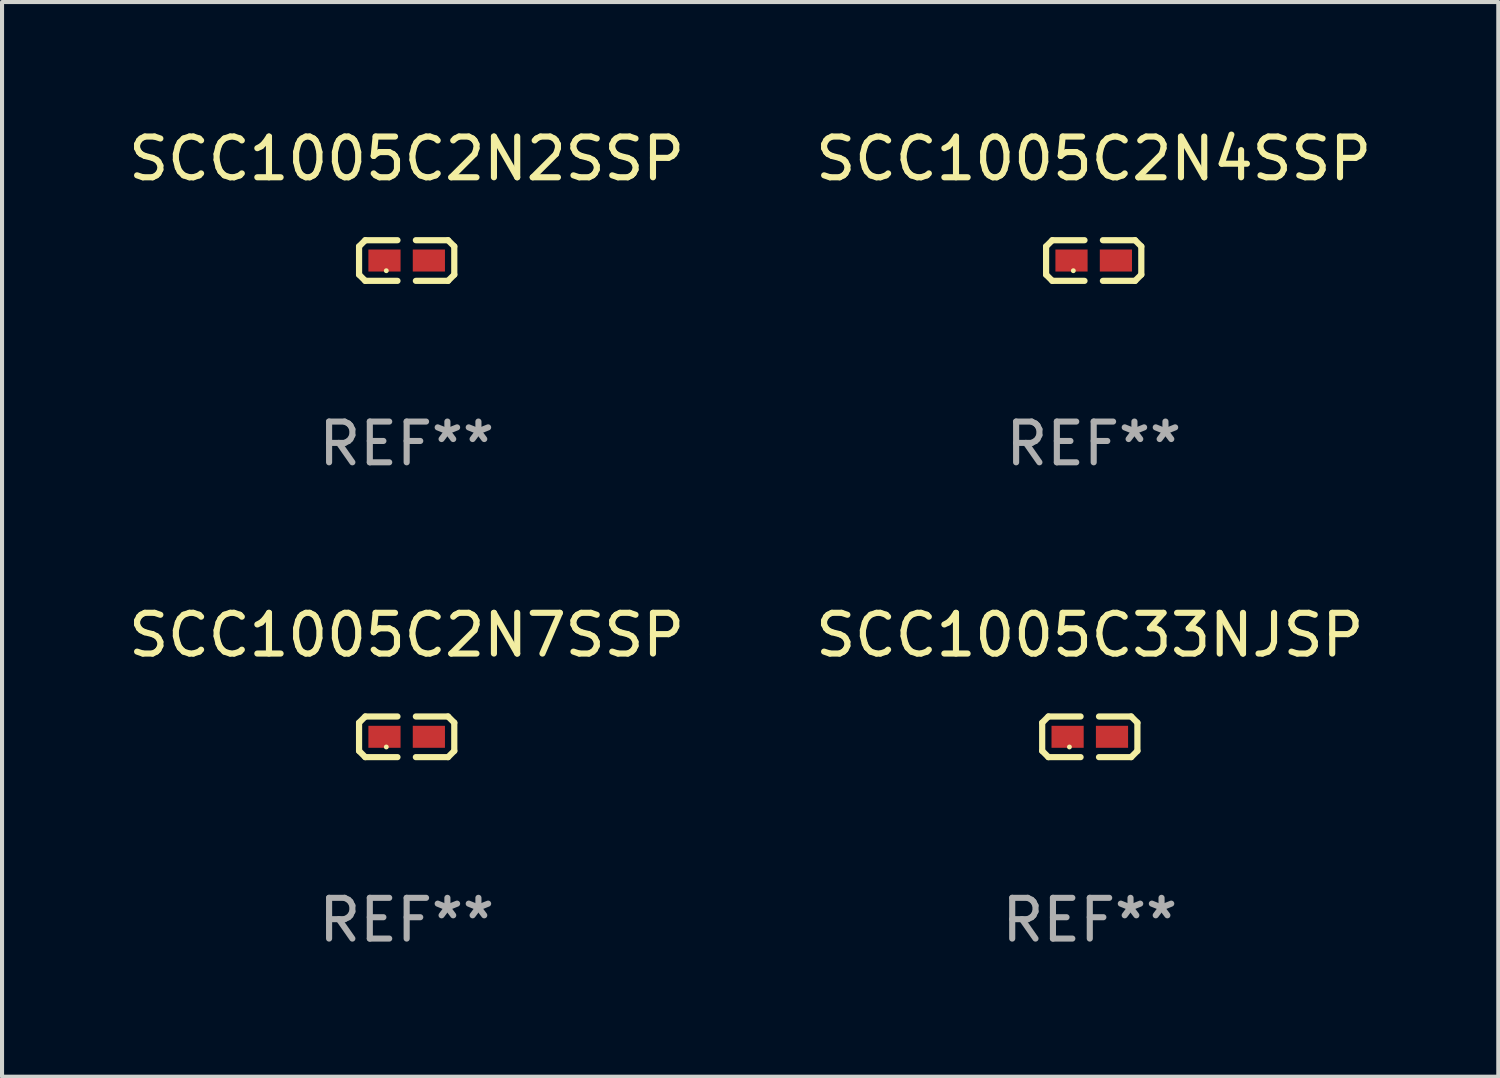
<source format=kicad_pcb>
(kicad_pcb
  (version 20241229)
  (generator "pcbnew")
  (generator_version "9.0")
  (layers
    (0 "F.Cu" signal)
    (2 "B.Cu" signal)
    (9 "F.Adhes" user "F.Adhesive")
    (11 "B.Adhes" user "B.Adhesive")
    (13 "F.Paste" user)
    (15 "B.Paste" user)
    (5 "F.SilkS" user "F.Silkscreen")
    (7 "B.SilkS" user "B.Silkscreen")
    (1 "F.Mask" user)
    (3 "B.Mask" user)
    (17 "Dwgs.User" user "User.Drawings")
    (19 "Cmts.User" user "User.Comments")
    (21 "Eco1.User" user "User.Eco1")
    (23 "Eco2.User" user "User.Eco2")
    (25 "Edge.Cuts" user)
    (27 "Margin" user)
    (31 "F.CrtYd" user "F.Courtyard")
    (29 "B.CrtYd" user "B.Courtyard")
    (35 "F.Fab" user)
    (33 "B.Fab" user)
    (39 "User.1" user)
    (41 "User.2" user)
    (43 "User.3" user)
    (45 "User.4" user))
  (footprint "SCC1005C2N2SSP"
    (layer "F.Cu")
    (at 6.935 3.347)
    (property "Reference" "SCC1005C2N2SSP" (at 0 -2.499 0) (layer "F.SilkS") (effects (font (size 1 1) (thickness 0.15))))
    (attr through_hole)
    (fp_line (start -1.169 -0.346) (end -1.016 -0.499) (stroke (width 0.152) (type solid)) (layer "F.SilkS"))
    (fp_line (start -1.169 0.346) (end -1.169 -0.346) (stroke (width 0.152) (type solid)) (layer "F.SilkS"))
    (fp_line (start -1.016 -0.499) (end -0.226 -0.499) (stroke (width 0.152) (type solid)) (layer "F.SilkS"))
    (fp_line (start -1.016 0.499) (end -1.169 0.346) (stroke (width 0.152) (type solid)) (layer "F.SilkS"))
    (fp_line (start -0.226 0.499) (end -1.016 0.499) (stroke (width 0.152) (type solid)) (layer "F.SilkS"))
    (fp_line (start 0.226 0.499) (end 1.016 0.499) (stroke (width 0.152) (type solid)) (layer "F.SilkS"))
    (fp_line (start 1.016 -0.499) (end 0.226 -0.499) (stroke (width 0.152) (type solid)) (layer "F.SilkS"))
    (fp_line (start 1.016 0.499) (end 1.169 0.346) (stroke (width 0.152) (type solid)) (layer "F.SilkS"))
    (fp_line (start 1.169 -0.346) (end 1.016 -0.499) (stroke (width 0.152) (type solid)) (layer "F.SilkS"))
    (fp_line (start 1.169 0.346) (end 1.169 -0.346) (stroke (width 0.152) (type solid)) (layer "F.SilkS"))
    (fp_circle (center -0.5 0.25) (end -0.47 0.25) (stroke (width 0.06) (type solid)) (fill no) (layer "F.SilkS"))
    (fp_text user "REF**" (at 0 4.499 0) (layer "F.Fab") (effects (font (size 1 1) (thickness 0.15))))
    (pad "1" smd rect (at -0.545 0) (size 0.79 0.54) (layers "F.Cu" "F.Mask" "F.Paste"))
    (pad "2" smd rect (at 0.545 0) (size 0.79 0.54) (layers "F.Cu" "F.Mask" "F.Paste")))
  (footprint "SCC1005C33NJSP"
    (layer "F.Cu")
    (at 23.708 15.041)
    (property "Reference" "SCC1005C33NJSP" (at 0 -2.499 0) (layer "F.SilkS") (effects (font (size 1 1) (thickness 0.15))))
    (attr through_hole)
    (fp_line (start -1.169 -0.346) (end -1.016 -0.499) (stroke (width 0.152) (type solid)) (layer "F.SilkS"))
    (fp_line (start -1.169 0.346) (end -1.169 -0.346) (stroke (width 0.152) (type solid)) (layer "F.SilkS"))
    (fp_line (start -1.016 -0.499) (end -0.226 -0.499) (stroke (width 0.152) (type solid)) (layer "F.SilkS"))
    (fp_line (start -1.016 0.499) (end -1.169 0.346) (stroke (width 0.152) (type solid)) (layer "F.SilkS"))
    (fp_line (start -0.226 0.499) (end -1.016 0.499) (stroke (width 0.152) (type solid)) (layer "F.SilkS"))
    (fp_line (start 0.226 0.499) (end 1.016 0.499) (stroke (width 0.152) (type solid)) (layer "F.SilkS"))
    (fp_line (start 1.016 -0.499) (end 0.226 -0.499) (stroke (width 0.152) (type solid)) (layer "F.SilkS"))
    (fp_line (start 1.016 0.499) (end 1.169 0.346) (stroke (width 0.152) (type solid)) (layer "F.SilkS"))
    (fp_line (start 1.169 -0.346) (end 1.016 -0.499) (stroke (width 0.152) (type solid)) (layer "F.SilkS"))
    (fp_line (start 1.169 0.346) (end 1.169 -0.346) (stroke (width 0.152) (type solid)) (layer "F.SilkS"))
    (fp_circle (center -0.5 0.25) (end -0.47 0.25) (stroke (width 0.06) (type solid)) (fill no) (layer "F.SilkS"))
    (fp_text user "REF**" (at 0 4.499 0) (layer "F.Fab") (effects (font (size 1 1) (thickness 0.15))))
    (pad "1" smd rect (at -0.545 0) (size 0.79 0.54) (layers "F.Cu" "F.Mask" "F.Paste"))
    (pad "2" smd rect (at 0.545 0) (size 0.79 0.54) (layers "F.Cu" "F.Mask" "F.Paste")))
  (footprint "SCC1005C2N4SSP"
    (layer "F.Cu")
    (at 23.804 3.347)
    (property "Reference" "SCC1005C2N4SSP" (at 0 -2.499 0) (layer "F.SilkS") (effects (font (size 1 1) (thickness 0.15))))
    (attr through_hole)
    (fp_line (start -1.169 -0.346) (end -1.016 -0.499) (stroke (width 0.152) (type solid)) (layer "F.SilkS"))
    (fp_line (start -1.169 0.346) (end -1.169 -0.346) (stroke (width 0.152) (type solid)) (layer "F.SilkS"))
    (fp_line (start -1.016 -0.499) (end -0.226 -0.499) (stroke (width 0.152) (type solid)) (layer "F.SilkS"))
    (fp_line (start -1.016 0.499) (end -1.169 0.346) (stroke (width 0.152) (type solid)) (layer "F.SilkS"))
    (fp_line (start -0.226 0.499) (end -1.016 0.499) (stroke (width 0.152) (type solid)) (layer "F.SilkS"))
    (fp_line (start 0.226 0.499) (end 1.016 0.499) (stroke (width 0.152) (type solid)) (layer "F.SilkS"))
    (fp_line (start 1.016 -0.499) (end 0.226 -0.499) (stroke (width 0.152) (type solid)) (layer "F.SilkS"))
    (fp_line (start 1.016 0.499) (end 1.169 0.346) (stroke (width 0.152) (type solid)) (layer "F.SilkS"))
    (fp_line (start 1.169 -0.346) (end 1.016 -0.499) (stroke (width 0.152) (type solid)) (layer "F.SilkS"))
    (fp_line (start 1.169 0.346) (end 1.169 -0.346) (stroke (width 0.152) (type solid)) (layer "F.SilkS"))
    (fp_circle (center -0.5 0.25) (end -0.47 0.25) (stroke (width 0.06) (type solid)) (fill no) (layer "F.SilkS"))
    (fp_text user "REF**" (at 0 4.499 0) (layer "F.Fab") (effects (font (size 1 1) (thickness 0.15))))
    (pad "1" smd rect (at -0.545 0) (size 0.79 0.54) (layers "F.Cu" "F.Mask" "F.Paste"))
    (pad "2" smd rect (at 0.545 0) (size 0.79 0.54) (layers "F.Cu" "F.Mask" "F.Paste")))
  (footprint "SCC1005C2N7SSP"
    (layer "F.Cu")
    (at 6.935 15.041)
    (property "Reference" "SCC1005C2N7SSP" (at 0 -2.499 0) (layer "F.SilkS") (effects (font (size 1 1) (thickness 0.15))))
    (attr through_hole)
    (fp_line (start -1.169 -0.346) (end -1.016 -0.499) (stroke (width 0.152) (type solid)) (layer "F.SilkS"))
    (fp_line (start -1.169 0.346) (end -1.169 -0.346) (stroke (width 0.152) (type solid)) (layer "F.SilkS"))
    (fp_line (start -1.016 -0.499) (end -0.226 -0.499) (stroke (width 0.152) (type solid)) (layer "F.SilkS"))
    (fp_line (start -1.016 0.499) (end -1.169 0.346) (stroke (width 0.152) (type solid)) (layer "F.SilkS"))
    (fp_line (start -0.226 0.499) (end -1.016 0.499) (stroke (width 0.152) (type solid)) (layer "F.SilkS"))
    (fp_line (start 0.226 0.499) (end 1.016 0.499) (stroke (width 0.152) (type solid)) (layer "F.SilkS"))
    (fp_line (start 1.016 -0.499) (end 0.226 -0.499) (stroke (width 0.152) (type solid)) (layer "F.SilkS"))
    (fp_line (start 1.016 0.499) (end 1.169 0.346) (stroke (width 0.152) (type solid)) (layer "F.SilkS"))
    (fp_line (start 1.169 -0.346) (end 1.016 -0.499) (stroke (width 0.152) (type solid)) (layer "F.SilkS"))
    (fp_line (start 1.169 0.346) (end 1.169 -0.346) (stroke (width 0.152) (type solid)) (layer "F.SilkS"))
    (fp_circle (center -0.5 0.25) (end -0.47 0.25) (stroke (width 0.06) (type solid)) (fill no) (layer "F.SilkS"))
    (fp_text user "REF**" (at 0 4.499 0) (layer "F.Fab") (effects (font (size 1 1) (thickness 0.15))))
    (pad "1" smd rect (at -0.545 0) (size 0.79 0.54) (layers "F.Cu" "F.Mask" "F.Paste"))
    (pad "2" smd rect (at 0.545 0) (size 0.79 0.54) (layers "F.Cu" "F.Mask" "F.Paste")))
  (gr_rect
    (start -3 -3)
    (end 33.738 23.387)
    (stroke (width 0.1) (type default))
    (fill no)
    (layer "Edge.Cuts")))
</source>
